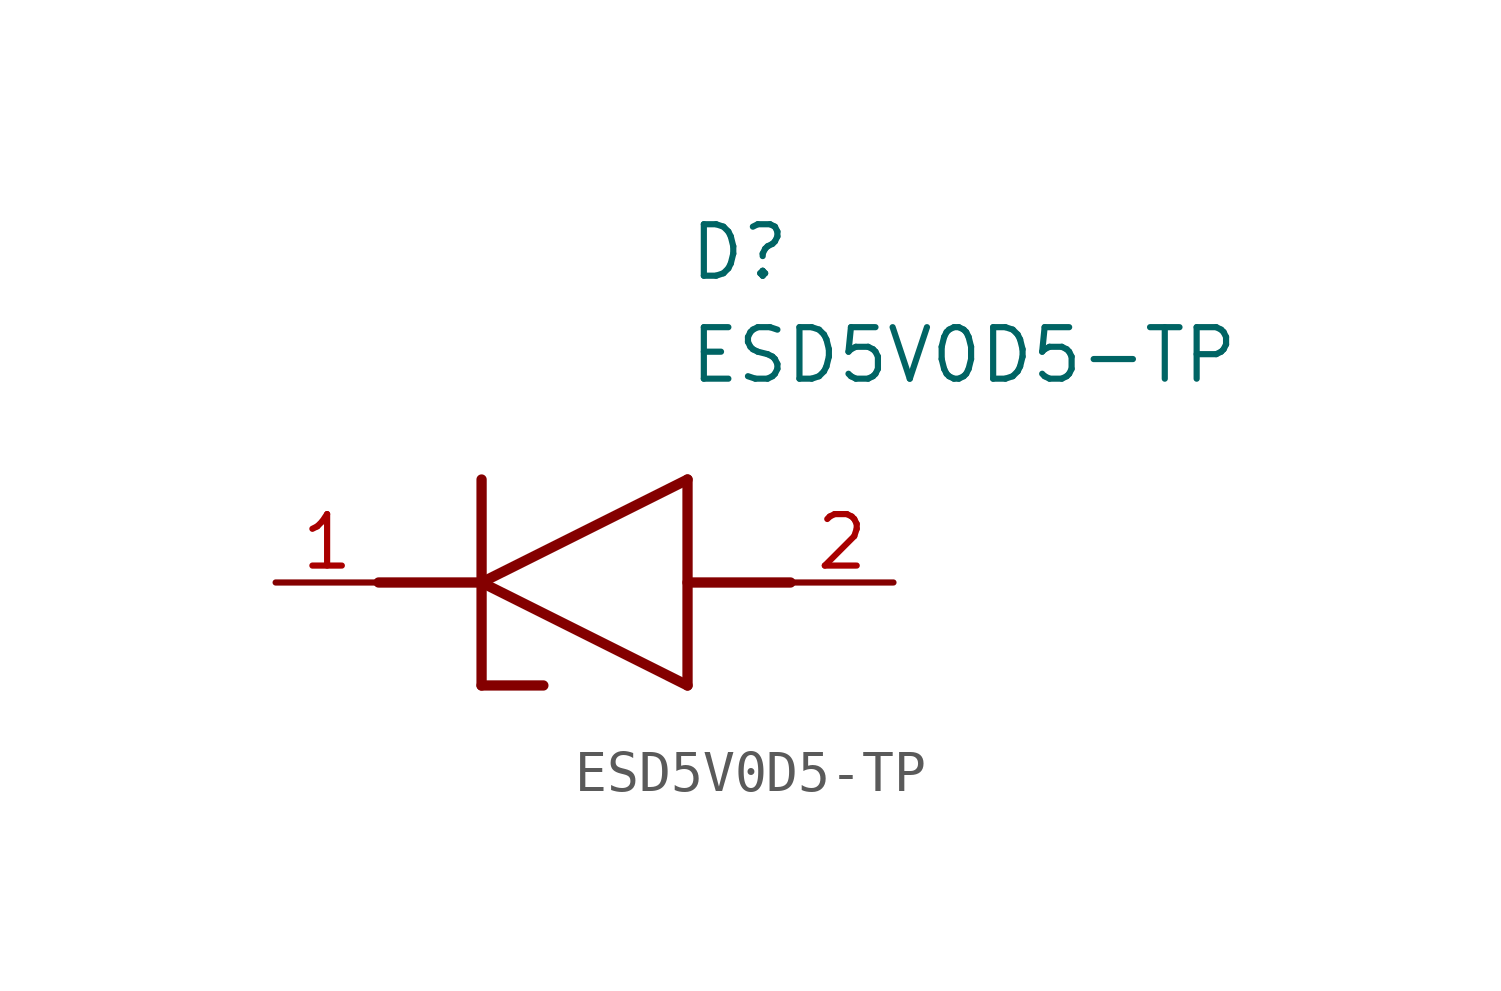
<source format=kicad_sym>
(kicad_symbol_lib
  (version 20211014)
  (generator SamacSys_ECAD_Model)
  (symbol "ESD5V0D5-TP"
    (pin_names hide)
    (property "Reference" "D"
      (at 10.16 8.89 0)
      (effects (font (size 1.27 1.27)) (justify left top)))
    (property "Value" "ESD5V0D5-TP"
      (at 10.16 6.35 0)
      (effects (font (size 1.27 1.27)) (justify left top)))
    (polyline
      (pts (xy 5.08 0) (xy 10.16 2.54))
      (stroke (width 0.254) (type default))
      (fill (type none)))
    (polyline
      (pts (xy 10.16 -2.54) (xy 10.16 2.54))
      (stroke (width 0.254) (type default))
      (fill (type none)))
    (polyline
      (pts (xy 10.16 -2.54) (xy 5.08 0))
      (stroke (width 0.254) (type default))
      (fill (type none)))
    (polyline
      (pts (xy 5.08 2.54) (xy 5.08 -2.54))
      (stroke (width 0.254) (type default))
      (fill (type none)))
    (polyline
      (pts (xy 2.54 0) (xy 5.08 0))
      (stroke (width 0.254) (type default))
      (fill (type none)))
    (polyline
      (pts (xy 12.7 0) (xy 10.16 0))
      (stroke (width 0.254) (type default))
      (fill (type none)))
    (polyline
      (pts (xy 5.08 -2.54) (xy 6.604 -2.54))
      (stroke (width 0.254) (type default))
      (fill (type none)))
    (pin passive line
      (at 0 0 0)
      (length 2.54)
      (name "K" (effects (font (size 1.27 1.27))))
      (number "1" (effects (font (size 1.27 1.27)))))
    (pin passive line
      (at 15.24 0 180)
      (length 2.54)
      (name "A" (effects (font (size 1.27 1.27))))
      (number "2" (effects (font (size 1.27 1.27)))))))
</source>
